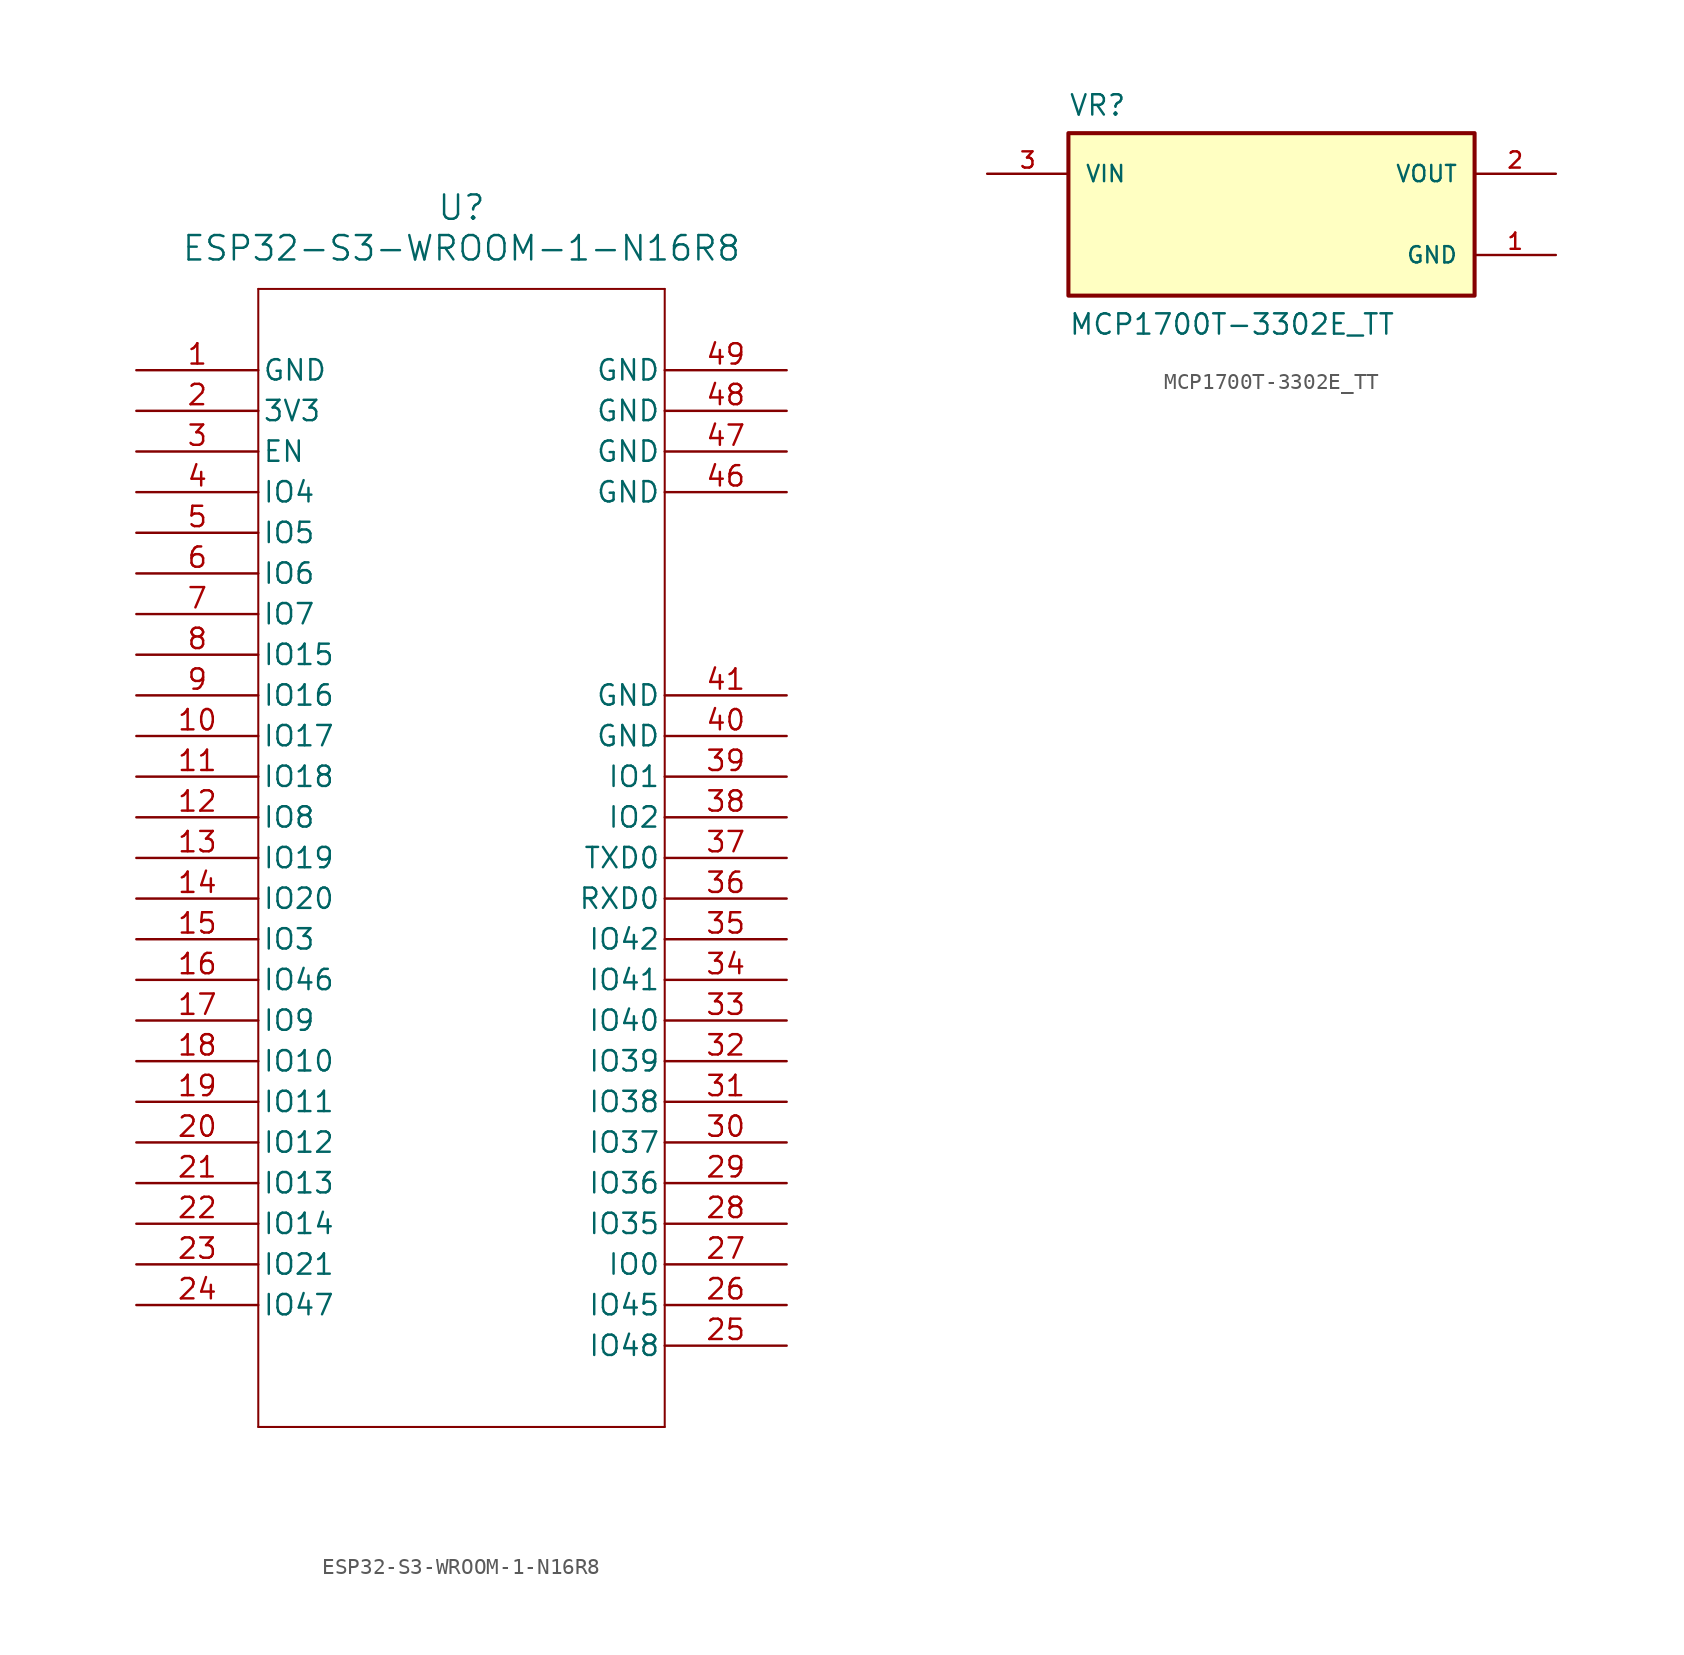
<source format=kicad_sym>
(kicad_symbol_lib
  (version 20241209)
  (generator "kicad_symbol_editor")
  (generator_version "9.0")
  (symbol "ESP32-S3-WROOM-1-N16R8"
    (pin_names
      (offset 0.254))
    (property "Reference" "U"
      (at 20.32 10.16 0)
      (effects (font (size 1.524 1.524))))
    (property "Value" "ESP32-S3-WROOM-1-N16R8"
      (at 20.32 7.62 0)
      (effects (font (size 1.524 1.524))))
    (property "ki_locked" ""
      (at 0 0 0)
      (effects (font (size 1.27 1.27))))
    (symbol "ESP32-S3-WROOM-1-N16R8_0_1"
      (polyline (pts (xy 7.62 5.08) (xy 7.62 -66.04)) (stroke (width 0.127) (type default)) (fill (type none)))
      (polyline (pts (xy 7.62 -66.04) (xy 33.02 -66.04)) (stroke (width 0.127) (type default)) (fill (type none)))
      (polyline (pts (xy 33.02 5.08) (xy 7.62 5.08)) (stroke (width 0.127) (type default)) (fill (type none)))
      (polyline (pts (xy 33.02 -66.04) (xy 33.02 5.08)) (stroke (width 0.127) (type default)) (fill (type none)))
      (pin power_out line (at 0 0 0) (length 7.62) (name "GND" (effects (font (size 1.27 1.27)))) (number "1" (effects (font (size 1.27 1.27)))))
      (pin power_in line (at 0 -2.54 0) (length 7.62) (name "3V3" (effects (font (size 1.27 1.27)))) (number "2" (effects (font (size 1.27 1.27)))))
      (pin input line (at 0 -5.08 0) (length 7.62) (name "EN" (effects (font (size 1.27 1.27)))) (number "3" (effects (font (size 1.27 1.27)))))
      (pin bidirectional line (at 0 -7.62 0) (length 7.62) (name "IO4" (effects (font (size 1.27 1.27)))) (number "4" (effects (font (size 1.27 1.27)))))
      (pin bidirectional line (at 0 -10.16 0) (length 7.62) (name "IO5" (effects (font (size 1.27 1.27)))) (number "5" (effects (font (size 1.27 1.27)))))
      (pin bidirectional line (at 0 -12.7 0) (length 7.62) (name "IO6" (effects (font (size 1.27 1.27)))) (number "6" (effects (font (size 1.27 1.27)))))
      (pin bidirectional line (at 0 -15.24 0) (length 7.62) (name "IO7" (effects (font (size 1.27 1.27)))) (number "7" (effects (font (size 1.27 1.27)))))
      (pin bidirectional line (at 0 -17.78 0) (length 7.62) (name "IO15" (effects (font (size 1.27 1.27)))) (number "8" (effects (font (size 1.27 1.27)))))
      (pin bidirectional line (at 0 -20.32 0) (length 7.62) (name "IO16" (effects (font (size 1.27 1.27)))) (number "9" (effects (font (size 1.27 1.27)))))
      (pin bidirectional line (at 0 -22.86 0) (length 7.62) (name "IO17" (effects (font (size 1.27 1.27)))) (number "10" (effects (font (size 1.27 1.27)))))
      (pin bidirectional line (at 0 -25.4 0) (length 7.62) (name "IO18" (effects (font (size 1.27 1.27)))) (number "11" (effects (font (size 1.27 1.27)))))
      (pin bidirectional line (at 0 -27.94 0) (length 7.62) (name "IO8" (effects (font (size 1.27 1.27)))) (number "12" (effects (font (size 1.27 1.27)))))
      (pin bidirectional line (at 0 -30.48 0) (length 7.62) (name "IO19" (effects (font (size 1.27 1.27)))) (number "13" (effects (font (size 1.27 1.27)))))
      (pin bidirectional line (at 0 -33.02 0) (length 7.62) (name "IO20" (effects (font (size 1.27 1.27)))) (number "14" (effects (font (size 1.27 1.27)))))
      (pin bidirectional line (at 0 -35.56 0) (length 7.62) (name "IO3" (effects (font (size 1.27 1.27)))) (number "15" (effects (font (size 1.27 1.27)))))
      (pin bidirectional line (at 0 -38.1 0) (length 7.62) (name "IO46" (effects (font (size 1.27 1.27)))) (number "16" (effects (font (size 1.27 1.27)))))
      (pin bidirectional line (at 0 -40.64 0) (length 7.62) (name "IO9" (effects (font (size 1.27 1.27)))) (number "17" (effects (font (size 1.27 1.27)))))
      (pin bidirectional line (at 0 -43.18 0) (length 7.62) (name "IO10" (effects (font (size 1.27 1.27)))) (number "18" (effects (font (size 1.27 1.27)))))
      (pin bidirectional line (at 0 -45.72 0) (length 7.62) (name "IO11" (effects (font (size 1.27 1.27)))) (number "19" (effects (font (size 1.27 1.27)))))
      (pin bidirectional line (at 0 -48.26 0) (length 7.62) (name "IO12" (effects (font (size 1.27 1.27)))) (number "20" (effects (font (size 1.27 1.27)))))
      (pin bidirectional line (at 0 -50.8 0) (length 7.62) (name "IO13" (effects (font (size 1.27 1.27)))) (number "21" (effects (font (size 1.27 1.27)))))
      (pin bidirectional line (at 0 -53.34 0) (length 7.62) (name "IO14" (effects (font (size 1.27 1.27)))) (number "22" (effects (font (size 1.27 1.27)))))
      (pin bidirectional line (at 0 -55.88 0) (length 7.62) (name "IO21" (effects (font (size 1.27 1.27)))) (number "23" (effects (font (size 1.27 1.27)))))
      (pin bidirectional line (at 0 -58.42 0) (length 7.62) (name "IO47" (effects (font (size 1.27 1.27)))) (number "24" (effects (font (size 1.27 1.27)))))
      (pin power_out line (at 40.64 0 180) (length 7.62) (name "GND" (effects (font (size 1.27 1.27)))) (number "49" (effects (font (size 1.27 1.27)))))
      (pin power_out line (at 40.64 -2.54 180) (length 7.62) (name "GND" (effects (font (size 1.27 1.27)))) (number "48" (effects (font (size 1.27 1.27)))))
      (pin power_out line (at 40.64 -5.08 180) (length 7.62) (name "GND" (effects (font (size 1.27 1.27)))) (number "47" (effects (font (size 1.27 1.27)))))
      (pin power_out line (at 40.64 -7.62 180) (length 7.62) (name "GND" (effects (font (size 1.27 1.27)))) (number "46" (effects (font (size 1.27 1.27)))))
      (pin power_out line (at 40.64 -20.32 180) (length 7.62) (name "GND" (effects (font (size 1.27 1.27)))) (number "41" (effects (font (size 1.27 1.27)))))
      (pin power_out line (at 40.64 -22.86 180) (length 7.62) (name "GND" (effects (font (size 1.27 1.27)))) (number "40" (effects (font (size 1.27 1.27)))))
      (pin bidirectional line (at 40.64 -25.4 180) (length 7.62) (name "IO1" (effects (font (size 1.27 1.27)))) (number "39" (effects (font (size 1.27 1.27)))))
      (pin bidirectional line (at 40.64 -27.94 180) (length 7.62) (name "IO2" (effects (font (size 1.27 1.27)))) (number "38" (effects (font (size 1.27 1.27)))))
      (pin bidirectional line (at 40.64 -30.48 180) (length 7.62) (name "TXD0" (effects (font (size 1.27 1.27)))) (number "37" (effects (font (size 1.27 1.27)))))
      (pin bidirectional line (at 40.64 -33.02 180) (length 7.62) (name "RXD0" (effects (font (size 1.27 1.27)))) (number "36" (effects (font (size 1.27 1.27)))))
      (pin bidirectional line (at 40.64 -35.56 180) (length 7.62) (name "IO42" (effects (font (size 1.27 1.27)))) (number "35" (effects (font (size 1.27 1.27)))))
      (pin bidirectional line (at 40.64 -38.1 180) (length 7.62) (name "IO41" (effects (font (size 1.27 1.27)))) (number "34" (effects (font (size 1.27 1.27)))))
      (pin bidirectional line (at 40.64 -40.64 180) (length 7.62) (name "IO40" (effects (font (size 1.27 1.27)))) (number "33" (effects (font (size 1.27 1.27)))))
      (pin bidirectional line (at 40.64 -43.18 180) (length 7.62) (name "IO39" (effects (font (size 1.27 1.27)))) (number "32" (effects (font (size 1.27 1.27)))))
      (pin bidirectional line (at 40.64 -45.72 180) (length 7.62) (name "IO38" (effects (font (size 1.27 1.27)))) (number "31" (effects (font (size 1.27 1.27)))))
      (pin bidirectional line (at 40.64 -48.26 180) (length 7.62) (name "IO37" (effects (font (size 1.27 1.27)))) (number "30" (effects (font (size 1.27 1.27)))))
      (pin bidirectional line (at 40.64 -50.8 180) (length 7.62) (name "IO36" (effects (font (size 1.27 1.27)))) (number "29" (effects (font (size 1.27 1.27)))))
      (pin bidirectional line (at 40.64 -53.34 180) (length 7.62) (name "IO35" (effects (font (size 1.27 1.27)))) (number "28" (effects (font (size 1.27 1.27)))))
      (pin bidirectional line (at 40.64 -55.88 180) (length 7.62) (name "IO0" (effects (font (size 1.27 1.27)))) (number "27" (effects (font (size 1.27 1.27)))))
      (pin bidirectional line (at 40.64 -58.42 180) (length 7.62) (name "IO45" (effects (font (size 1.27 1.27)))) (number "26" (effects (font (size 1.27 1.27)))))
      (pin bidirectional line (at 40.64 -60.96 180) (length 7.62) (name "IO48" (effects (font (size 1.27 1.27)))) (number "25" (effects (font (size 1.27 1.27)))))))
  (symbol "MCP1700T-3302E_TT"
    (pin_names
      (offset 1.016))
    (property "Reference" "VR"
      (at -12.7 6.08 0)
      (effects (font (size 1.27 1.27)) (justify left bottom)))
    (property "Value" "MCP1700T-3302E_TT"
      (at -12.7 -7.62 0)
      (effects (font (size 1.27 1.27)) (justify left bottom)))
    (symbol "MCP1700T-3302E_TT_0_0"
      (rectangle (start -12.7 -5.08) (end 12.7 5.08) (stroke (width 0.254) (type default)) (fill (type background)))
      (pin input line (at -17.78 2.54 0) (length 5.08) (name "VIN" (effects (font (size 1.016 1.016)))) (number "3" (effects (font (size 1.016 1.016)))))
      (pin output line (at 17.78 2.54 180) (length 5.08) (name "VOUT" (effects (font (size 1.016 1.016)))) (number "2" (effects (font (size 1.016 1.016)))))
      (pin power_in line (at 17.78 -2.54 180) (length 5.08) (name "GND" (effects (font (size 1.016 1.016)))) (number "1" (effects (font (size 1.016 1.016))))))))
</source>
